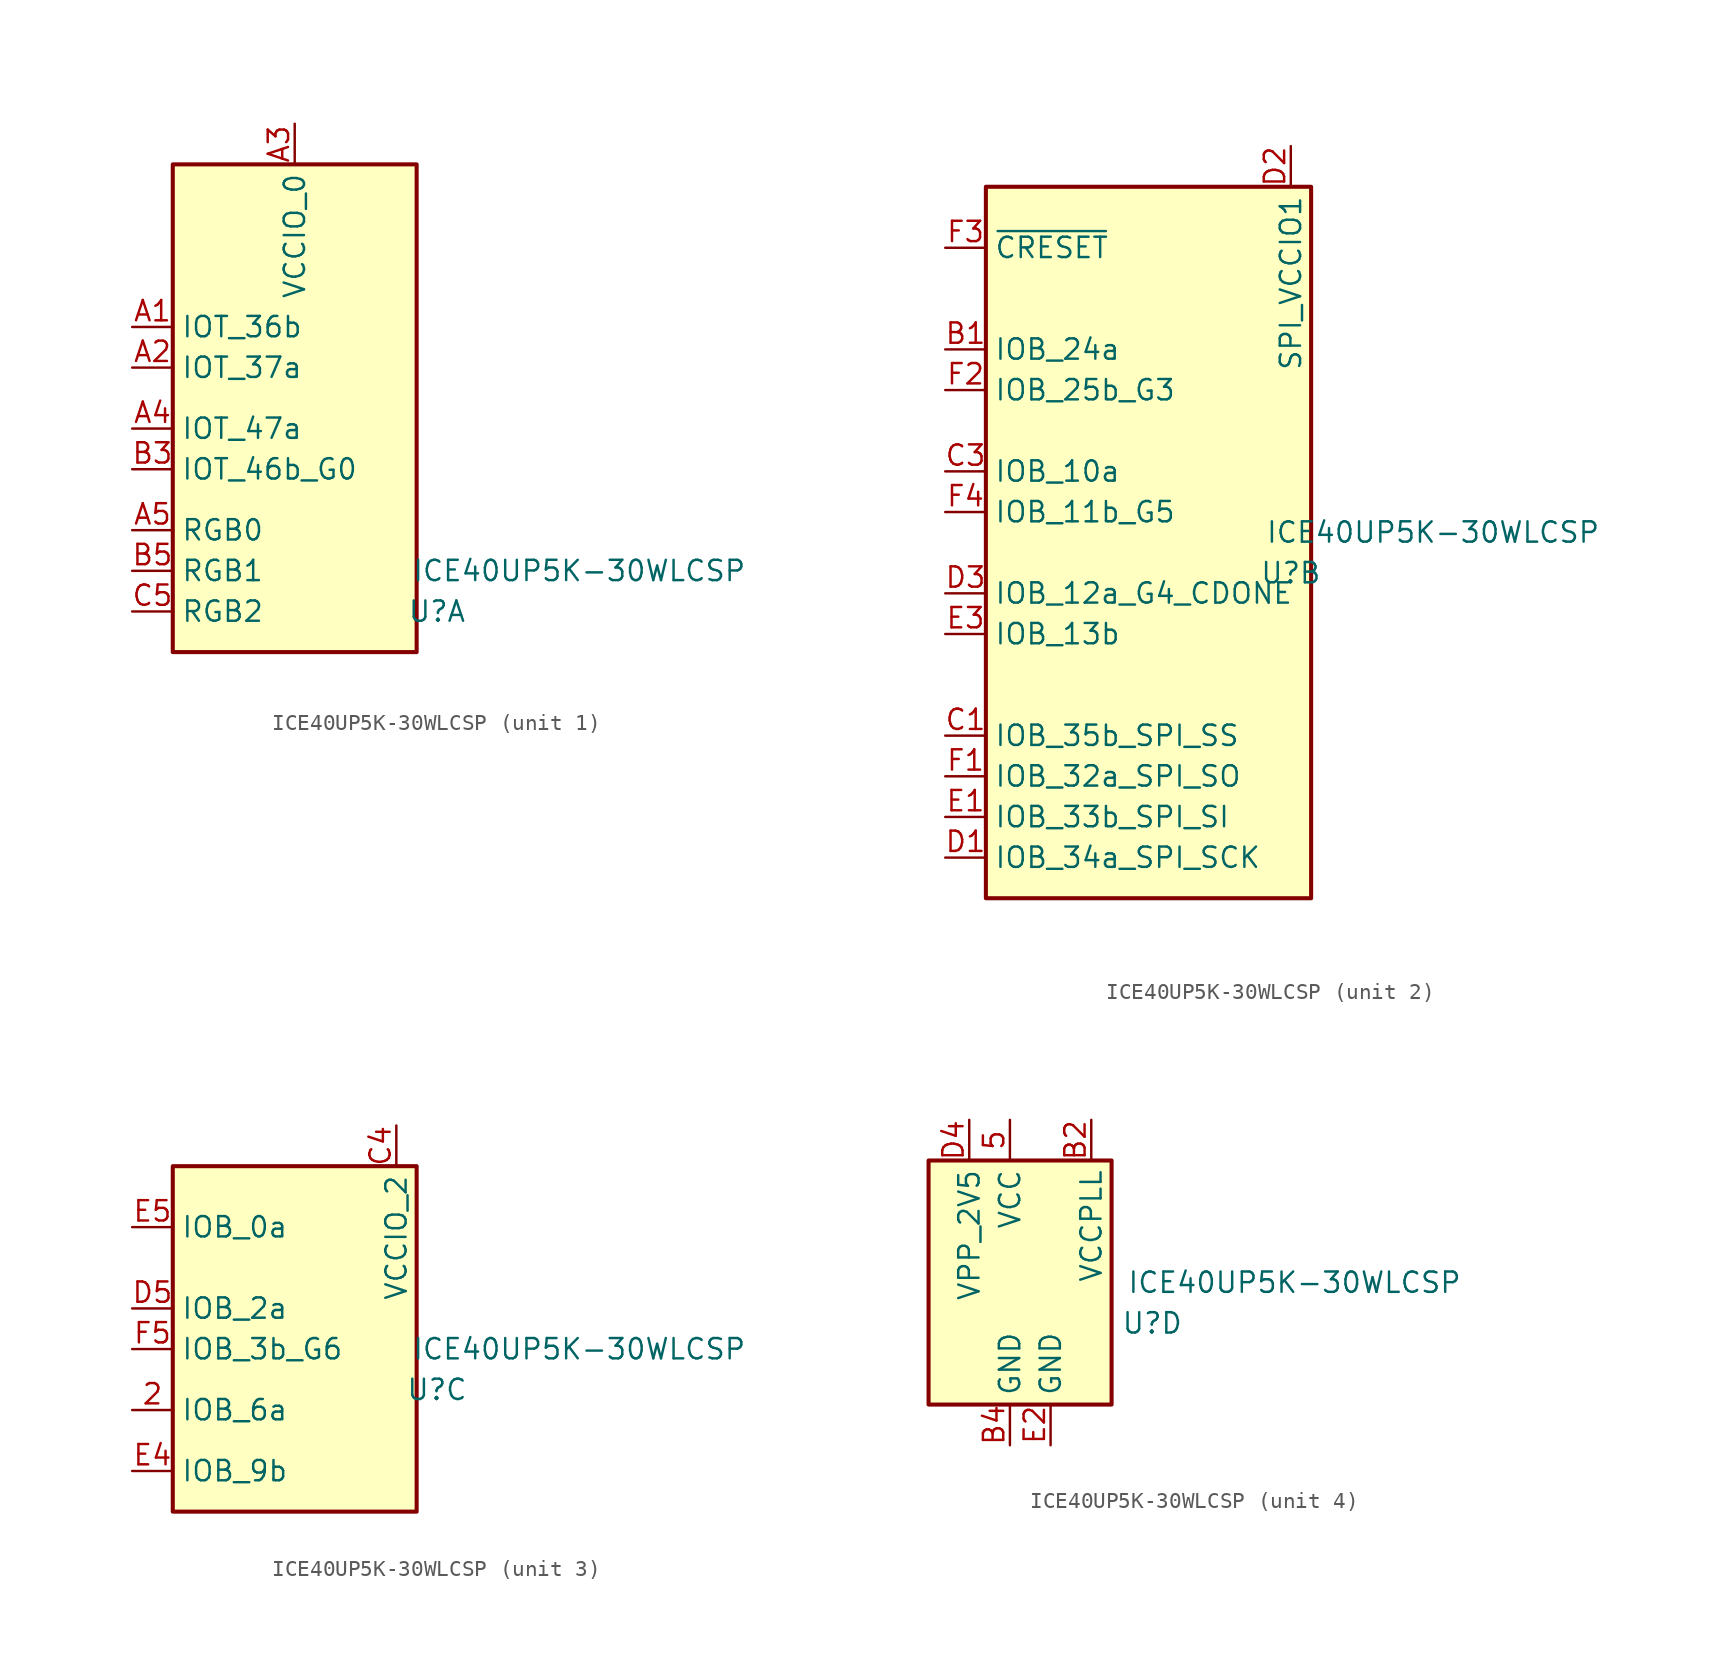
<source format=kicad_sym>
(kicad_symbol_lib
  (version 20211014)
  (generator kicad_symbol_editor)
  (symbol "ICE40UP5K-30WLCSP"
    (property "Reference" "U"
      (at 8.89 -2.54 0)
      (effects (font (size 1.27 1.27))))
    (property "Value" "ICE40UP5K-30WLCSP"
      (at 17.78 0 0)
      (effects (font (size 1.27 1.27))))
    (property "ki_locked" ""
      (at 0 0 0)
      (effects (font (size 1.27 1.27))))
    (symbol "ICE40UP5K-30WLCSP_1_1"
      (rectangle (start -7.62 25.4) (end 7.62 -5.08) (stroke (width 0.254) (type default) (color 0 0 0 0)) (fill (type background)))
      (pin bidirectional line (at -10.16 15.24 0) (length 2.54) (name "IOT_36b" (effects (font (size 1.27 1.27)))) (number "A1" (effects (font (size 1.27 1.27)))))
      (pin bidirectional line (at -10.16 12.7 0) (length 2.54) (name "IOT_37a" (effects (font (size 1.27 1.27)))) (number "A2" (effects (font (size 1.27 1.27)))))
      (pin power_in line (at 0 27.94 270) (length 2.54) (name "VCCIO_0" (effects (font (size 1.27 1.27)))) (number "A3" (effects (font (size 1.27 1.27)))))
      (pin bidirectional line (at -10.16 8.89 0) (length 2.54) (name "IOT_47a" (effects (font (size 1.27 1.27)))) (number "A4" (effects (font (size 1.27 1.27)))))
      (pin open_collector line (at -10.16 2.54 0) (length 2.54) (name "RGB0" (effects (font (size 1.27 1.27)))) (number "A5" (effects (font (size 1.27 1.27)))))
      (pin bidirectional line (at -10.16 6.35 0) (length 2.54) (name "IOT_46b_G0" (effects (font (size 1.27 1.27)))) (number "B3" (effects (font (size 1.27 1.27)))))
      (pin open_collector line (at -10.16 0 0) (length 2.54) (name "RGB1" (effects (font (size 1.27 1.27)))) (number "B5" (effects (font (size 1.27 1.27)))))
      (pin open_collector line (at -10.16 -2.54 0) (length 2.54) (name "RGB2" (effects (font (size 1.27 1.27)))) (number "C5" (effects (font (size 1.27 1.27))))))
    (symbol "ICE40UP5K-30WLCSP_2_1"
      (rectangle (start -10.16 21.59) (end 10.16 -22.86) (stroke (width 0.254) (type default) (color 0 0 0 0)) (fill (type background)))
      (pin bidirectional line (at -12.7 11.43 0) (length 2.54) (name "IOB_24a" (effects (font (size 1.27 1.27)))) (number "B1" (effects (font (size 1.27 1.27)))))
      (pin bidirectional line (at -12.7 -12.7 0) (length 2.54) (name "IOB_35b_SPI_SS" (effects (font (size 1.27 1.27)))) (number "C1" (effects (font (size 1.27 1.27)))))
      (pin bidirectional line (at -12.7 3.81 0) (length 2.54) (name "IOB_10a" (effects (font (size 1.27 1.27)))) (number "C3" (effects (font (size 1.27 1.27)))))
      (pin bidirectional line (at -12.7 -20.32 0) (length 2.54) (name "IOB_34a_SPI_SCK" (effects (font (size 1.27 1.27)))) (number "D1" (effects (font (size 1.27 1.27)))))
      (pin power_in line (at 8.89 24.13 270) (length 2.54) (name "SPI_VCCIO1" (effects (font (size 1.27 1.27)))) (number "D2" (effects (font (size 1.27 1.27)))))
      (pin bidirectional line (at -12.7 -3.81 0) (length 2.54) (name "IOB_12a_G4_CDONE" (effects (font (size 1.27 1.27)))) (number "D3" (effects (font (size 1.27 1.27)))))
      (pin bidirectional line (at -12.7 -17.78 0) (length 2.54) (name "IOB_33b_SPI_SI" (effects (font (size 1.27 1.27)))) (number "E1" (effects (font (size 1.27 1.27)))))
      (pin bidirectional line (at -12.7 -6.35 0) (length 2.54) (name "IOB_13b" (effects (font (size 1.27 1.27)))) (number "E3" (effects (font (size 1.27 1.27)))))
      (pin bidirectional line (at -12.7 -15.24 0) (length 2.54) (name "IOB_32a_SPI_SO" (effects (font (size 1.27 1.27)))) (number "F1" (effects (font (size 1.27 1.27)))))
      (pin bidirectional line (at -12.7 8.89 0) (length 2.54) (name "IOB_25b_G3" (effects (font (size 1.27 1.27)))) (number "F2" (effects (font (size 1.27 1.27)))))
      (pin input line (at -12.7 17.78 0) (length 2.54) (name "~{CRESET}" (effects (font (size 1.27 1.27)))) (number "F3" (effects (font (size 1.27 1.27)))))
      (pin bidirectional line (at -12.7 1.27 0) (length 2.54) (name "IOB_11b_G5" (effects (font (size 1.27 1.27)))) (number "F4" (effects (font (size 1.27 1.27))))))
    (symbol "ICE40UP5K-30WLCSP_3_1"
      (rectangle (start -7.62 11.43) (end 7.62 -10.16) (stroke (width 0.254) (type default) (color 0 0 0 0)) (fill (type background)))
      (pin bidirectional line (at -10.16 -3.81 0) (length 2.54) (name "IOB_6a" (effects (font (size 1.27 1.27)))) (number "2" (effects (font (size 1.27 1.27)))))
      (pin power_in line (at 6.35 13.97 270) (length 2.54) (name "VCCIO_2" (effects (font (size 1.27 1.27)))) (number "C4" (effects (font (size 1.27 1.27)))))
      (pin bidirectional line (at -10.16 2.54 0) (length 2.54) (name "IOB_2a" (effects (font (size 1.27 1.27)))) (number "D5" (effects (font (size 1.27 1.27)))))
      (pin bidirectional line (at -10.16 -7.62 0) (length 2.54) (name "IOB_9b" (effects (font (size 1.27 1.27)))) (number "E4" (effects (font (size 1.27 1.27)))))
      (pin bidirectional line (at -10.16 7.62 0) (length 2.54) (name "IOB_0a" (effects (font (size 1.27 1.27)))) (number "E5" (effects (font (size 1.27 1.27)))))
      (pin bidirectional line (at -10.16 0 0) (length 2.54) (name "IOB_3b_G6" (effects (font (size 1.27 1.27)))) (number "F5" (effects (font (size 1.27 1.27))))))
    (symbol "ICE40UP5K-30WLCSP_4_1"
      (rectangle (start -5.08 7.62) (end 6.35 -7.62) (stroke (width 0.254) (type default) (color 0 0 0 0)) (fill (type background)))
      (pin power_in line (at 0 10.16 270) (length 2.54) (name "VCC" (effects (font (size 1.27 1.27)))) (number "5" (effects (font (size 1.27 1.27)))))
      (pin power_out line (at 5.08 10.16 270) (length 2.54) (name "VCCPLL" (effects (font (size 1.27 1.27)))) (number "B2" (effects (font (size 1.27 1.27)))))
      (pin power_in line (at 0 -10.16 90) (length 2.54) (name "GND" (effects (font (size 1.27 1.27)))) (number "B4" (effects (font (size 1.27 1.27)))))
      (pin power_in line (at 0 10.16 270) (length 2.54) hide (name "VCC" (effects (font (size 1.27 1.27)))) (number "C2" (effects (font (size 1.27 1.27)))))
      (pin power_in line (at -2.54 10.16 270) (length 2.54) (name "VPP_2V5" (effects (font (size 1.27 1.27)))) (number "D4" (effects (font (size 1.27 1.27)))))
      (pin power_in line (at 2.54 -10.16 90) (length 2.54) (name "GND" (effects (font (size 1.27 1.27)))) (number "E2" (effects (font (size 1.27 1.27))))))))
</source>
